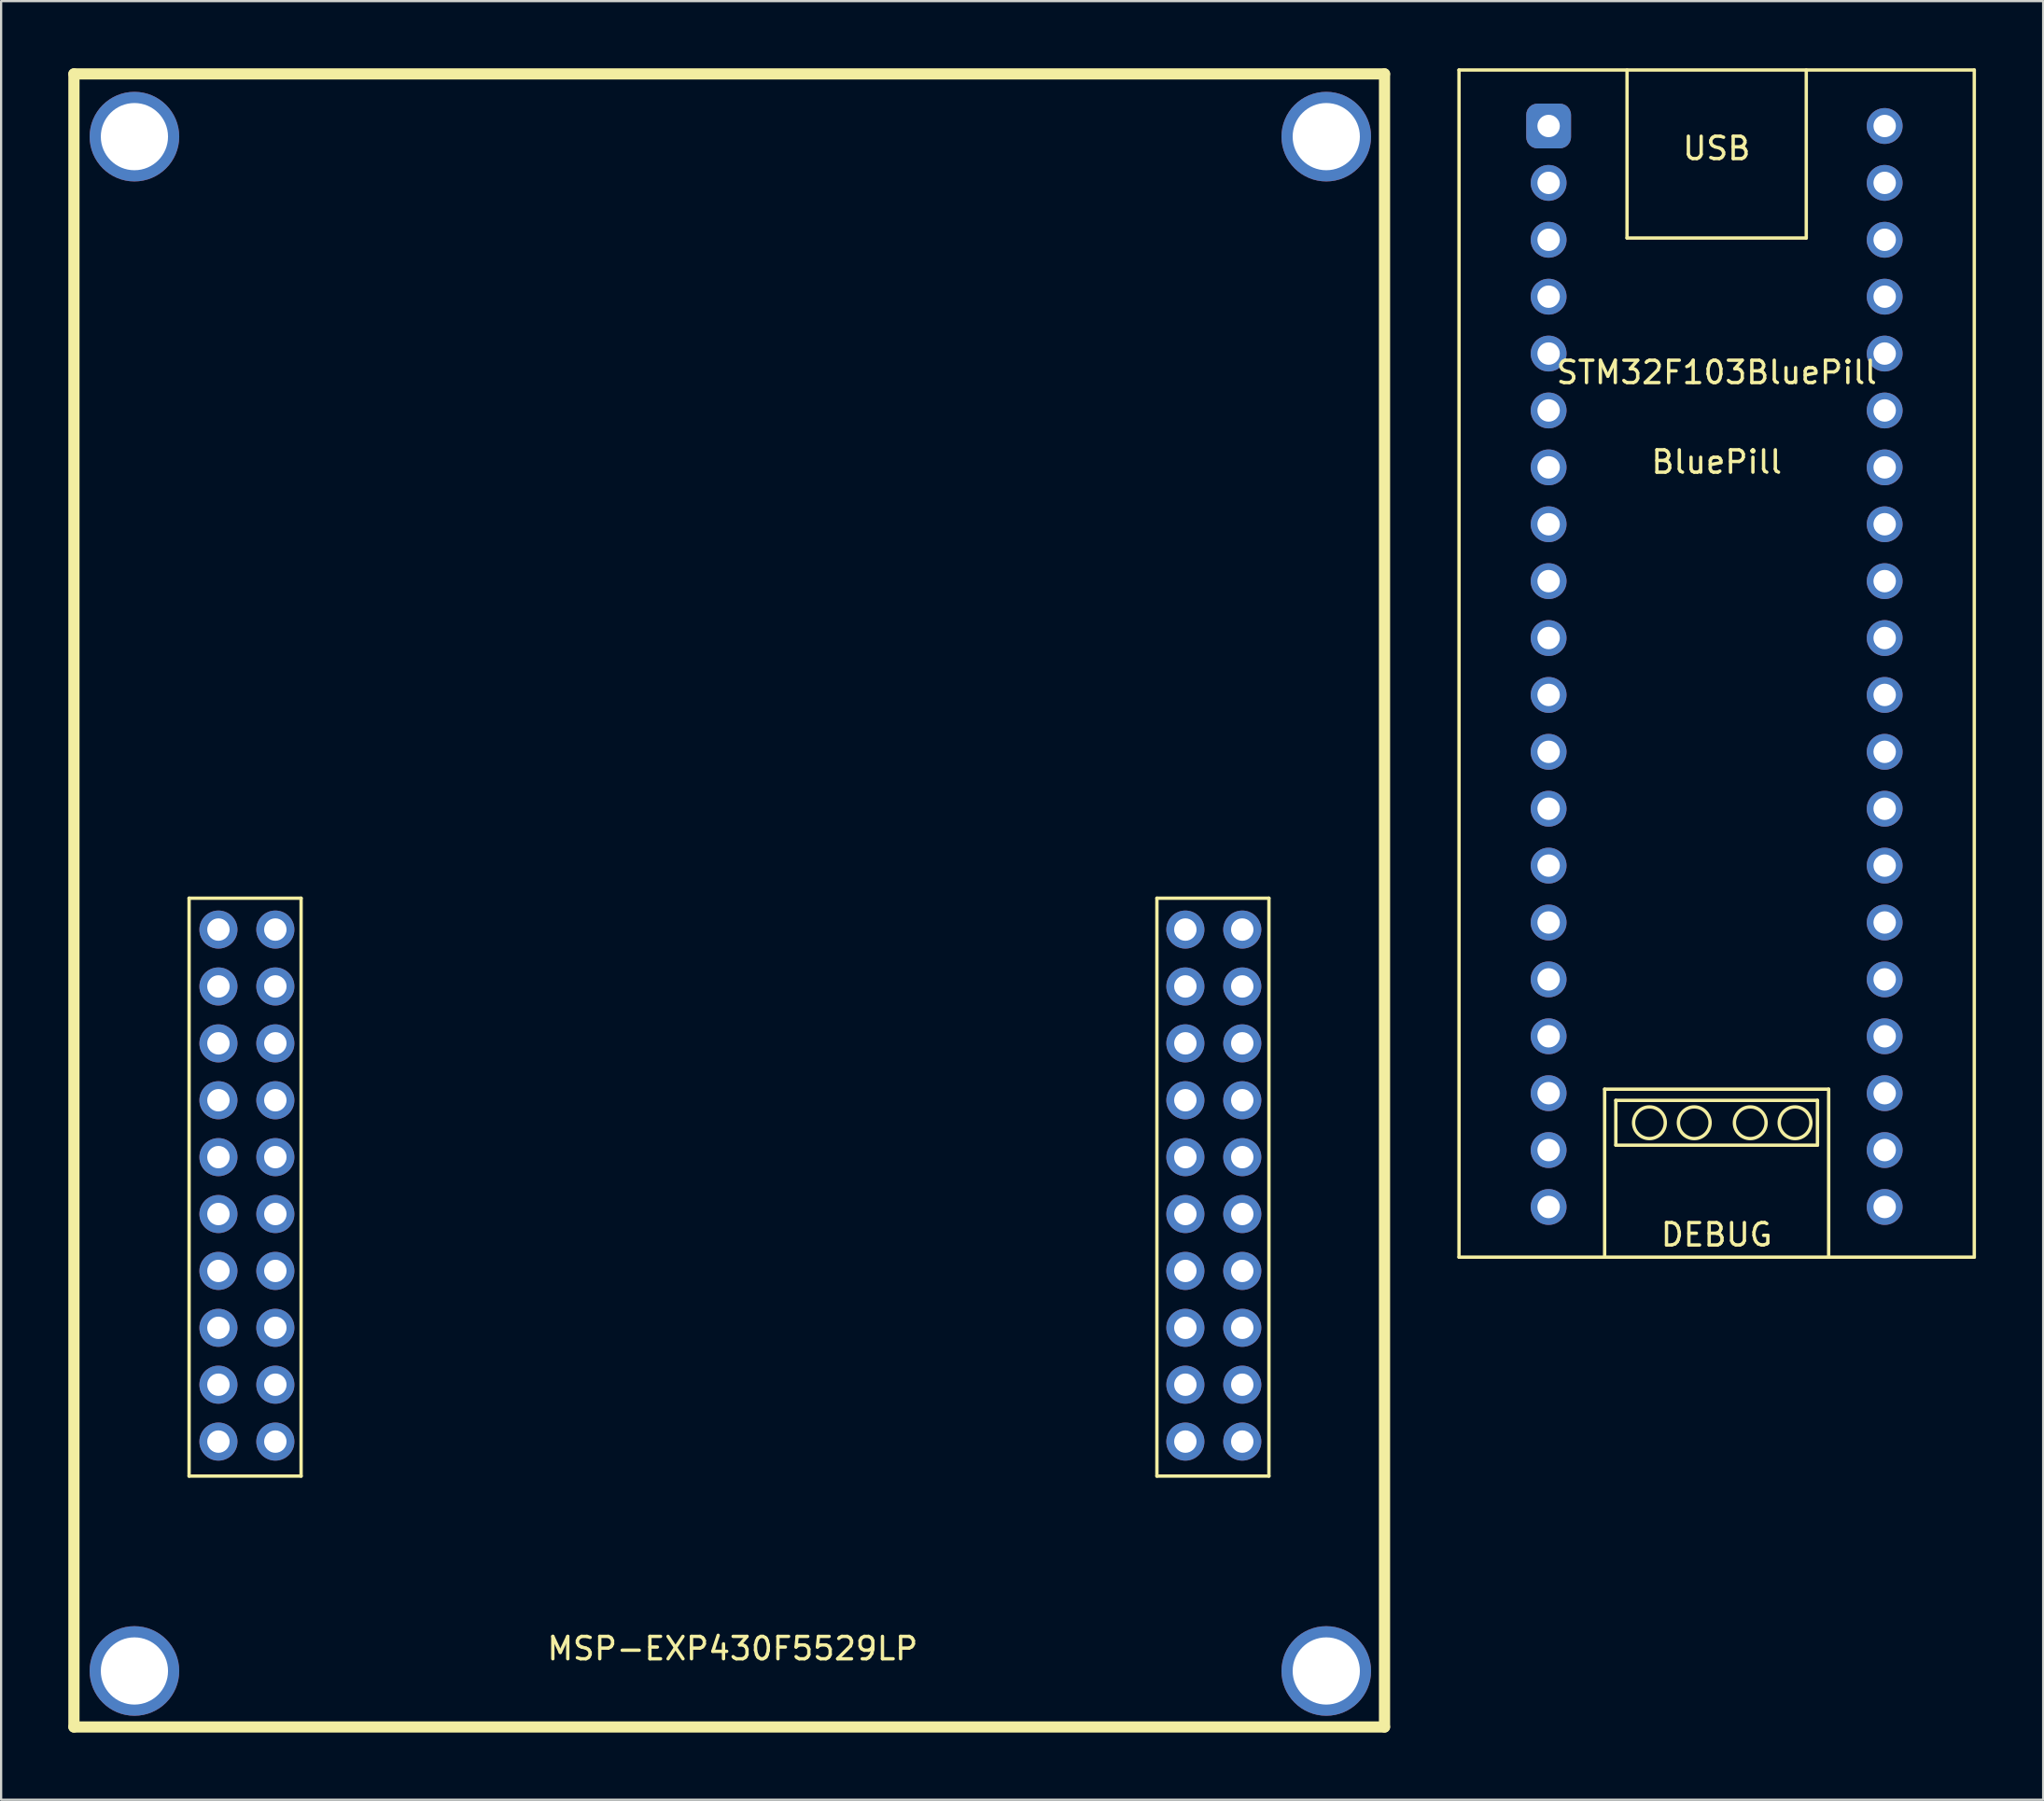
<source format=kicad_pcb>
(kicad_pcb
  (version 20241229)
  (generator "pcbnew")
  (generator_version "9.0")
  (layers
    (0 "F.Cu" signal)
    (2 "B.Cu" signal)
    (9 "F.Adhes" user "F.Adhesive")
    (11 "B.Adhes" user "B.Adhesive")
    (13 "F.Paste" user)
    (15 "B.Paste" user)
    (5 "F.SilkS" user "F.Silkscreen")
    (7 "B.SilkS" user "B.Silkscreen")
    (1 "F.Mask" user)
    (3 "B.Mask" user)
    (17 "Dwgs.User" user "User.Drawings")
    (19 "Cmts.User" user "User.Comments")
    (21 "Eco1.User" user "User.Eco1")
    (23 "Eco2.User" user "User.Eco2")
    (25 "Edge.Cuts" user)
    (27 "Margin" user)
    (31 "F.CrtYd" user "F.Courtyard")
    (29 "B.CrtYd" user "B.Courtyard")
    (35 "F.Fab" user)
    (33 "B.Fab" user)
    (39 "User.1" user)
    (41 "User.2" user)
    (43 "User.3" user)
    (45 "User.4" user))
  (footprint "MSP-EXP430F5529LP"
    (layer "F.Cu")
    (at 29.55 37.05)
    (property "Reference" "MSP-EXP430F5529LP" (at 0.1 33.5 0) (layer "F.SilkS") (effects (font (size 1 1) (thickness 0.15))))
    (attr through_hole)
    (fp_line (start -29.3 37) (end -29.3 -36.8) (stroke (width 0.5) (type solid)) (layer "F.SilkS"))
    (fp_line (start -29.3 37) (end 29.2 37) (stroke (width 0.5) (type solid)) (layer "F.SilkS"))
    (fp_line (start -24.16 0) (end -19.16 0) (stroke (width 0.15) (type solid)) (layer "F.SilkS"))
    (fp_line (start -24.16 25.8) (end -24.16 0) (stroke (width 0.15) (type solid)) (layer "F.SilkS"))
    (fp_line (start -19.16 0) (end -19.16 25.8) (stroke (width 0.15) (type solid)) (layer "F.SilkS"))
    (fp_line (start -19.16 25.8) (end -24.16 25.8) (stroke (width 0.15) (type solid)) (layer "F.SilkS"))
    (fp_line (start 19.04 0) (end 24.04 0) (stroke (width 0.15) (type solid)) (layer "F.SilkS"))
    (fp_line (start 19.04 25.8) (end 19.04 0) (stroke (width 0.15) (type solid)) (layer "F.SilkS"))
    (fp_line (start 24.04 0) (end 24.04 25.8) (stroke (width 0.15) (type solid)) (layer "F.SilkS"))
    (fp_line (start 24.04 25.8) (end 19.04 25.8) (stroke (width 0.15) (type solid)) (layer "F.SilkS"))
    (fp_line (start 29.2 -36.8) (end -29.3 -36.8) (stroke (width 0.5) (type solid)) (layer "F.SilkS"))
    (fp_line (start 29.2 37) (end 29.2 -36.8) (stroke (width 0.5) (type solid)) (layer "F.SilkS"))
    (pad "" thru_hole circle (at -26.6 -34) (size 4 4) (drill 3) (layers "*.Cu" "*.Mask"))
    (pad "" thru_hole circle (at -26.6 34.5) (size 4 4) (drill 3) (layers "*.Cu" "*.Mask"))
    (pad "" thru_hole circle (at 26.6 -34) (size 4 4) (drill 3) (layers "*.Cu" "*.Mask"))
    (pad "" thru_hole circle (at 26.6 34.5) (size 4 4) (drill 3) (layers "*.Cu" "*.Mask"))
    (pad "1" thru_hole circle (at -22.85 1.4) (size 1.7 1.7) (drill 1) (layers "*.Cu" "*.Mask"))
    (pad "2" thru_hole circle (at -22.85 3.94) (size 1.7 1.7) (drill 1) (layers "*.Cu" "*.Mask"))
    (pad "3" thru_hole circle (at -22.85 6.48) (size 1.7 1.7) (drill 1) (layers "*.Cu" "*.Mask"))
    (pad "4" thru_hole circle (at -22.85 9.02) (size 1.7 1.7) (drill 1) (layers "*.Cu" "*.Mask"))
    (pad "5" thru_hole circle (at -22.85 11.56) (size 1.7 1.7) (drill 1) (layers "*.Cu" "*.Mask"))
    (pad "6" thru_hole circle (at -22.85 14.1) (size 1.7 1.7) (drill 1) (layers "*.Cu" "*.Mask"))
    (pad "7" thru_hole circle (at -22.85 16.64) (size 1.7 1.7) (drill 1) (layers "*.Cu" "*.Mask"))
    (pad "8" thru_hole circle (at -22.85 19.18) (size 1.7 1.7) (drill 1) (layers "*.Cu" "*.Mask"))
    (pad "9" thru_hole circle (at -22.85 21.72) (size 1.7 1.7) (drill 1) (layers "*.Cu" "*.Mask"))
    (pad "10" thru_hole circle (at -22.85 24.26) (size 1.7 1.7) (drill 1) (layers "*.Cu" "*.Mask"))
    (pad "11" thru_hole circle (at -20.31 24.26) (size 1.7 1.7) (drill 1) (layers "*.Cu" "*.Mask"))
    (pad "12" thru_hole circle (at -20.31 21.72) (size 1.7 1.7) (drill 1) (layers "*.Cu" "*.Mask"))
    (pad "13" thru_hole circle (at -20.31 19.18) (size 1.7 1.7) (drill 1) (layers "*.Cu" "*.Mask"))
    (pad "14" thru_hole circle (at -20.31 16.64) (size 1.7 1.7) (drill 1) (layers "*.Cu" "*.Mask"))
    (pad "15" thru_hole circle (at -20.31 14.1) (size 1.7 1.7) (drill 1) (layers "*.Cu" "*.Mask"))
    (pad "16" thru_hole circle (at -20.31 11.56) (size 1.7 1.7) (drill 1) (layers "*.Cu" "*.Mask"))
    (pad "17" thru_hole circle (at -20.31 9.02) (size 1.7 1.7) (drill 1) (layers "*.Cu" "*.Mask"))
    (pad "18" thru_hole circle (at -20.31 6.48) (size 1.7 1.7) (drill 1) (layers "*.Cu" "*.Mask"))
    (pad "19" thru_hole circle (at -20.31 3.94) (size 1.7 1.7) (drill 1) (layers "*.Cu" "*.Mask"))
    (pad "20" thru_hole circle (at -20.31 1.4) (size 1.7 1.7) (drill 1) (layers "*.Cu" "*.Mask"))
    (pad "21" thru_hole circle (at 20.31 1.4) (size 1.7 1.7) (drill 1) (layers "*.Cu" "*.Mask"))
    (pad "22" thru_hole circle (at 20.31 3.94) (size 1.7 1.7) (drill 1) (layers "*.Cu" "*.Mask"))
    (pad "23" thru_hole circle (at 20.31 6.48) (size 1.7 1.7) (drill 1) (layers "*.Cu" "*.Mask"))
    (pad "24" thru_hole circle (at 20.31 9.02) (size 1.7 1.7) (drill 1) (layers "*.Cu" "*.Mask"))
    (pad "25" thru_hole circle (at 20.31 11.56) (size 1.7 1.7) (drill 1) (layers "*.Cu" "*.Mask"))
    (pad "26" thru_hole circle (at 20.31 14.1) (size 1.7 1.7) (drill 1) (layers "*.Cu" "*.Mask"))
    (pad "27" thru_hole circle (at 20.31 16.64) (size 1.7 1.7) (drill 1) (layers "*.Cu" "*.Mask"))
    (pad "28" thru_hole circle (at 20.31 19.18) (size 1.7 1.7) (drill 1) (layers "*.Cu" "*.Mask"))
    (pad "29" thru_hole circle (at 20.31 21.72) (size 1.7 1.7) (drill 1) (layers "*.Cu" "*.Mask"))
    (pad "30" thru_hole circle (at 20.31 24.26) (size 1.7 1.7) (drill 1) (layers "*.Cu" "*.Mask"))
    (pad "31" thru_hole circle (at 22.85 24.26) (size 1.7 1.7) (drill 1) (layers "*.Cu" "*.Mask"))
    (pad "32" thru_hole circle (at 22.85 21.72) (size 1.7 1.7) (drill 1) (layers "*.Cu" "*.Mask"))
    (pad "33" thru_hole circle (at 22.85 19.18) (size 1.7 1.7) (drill 1) (layers "*.Cu" "*.Mask"))
    (pad "34" thru_hole circle (at 22.85 16.64) (size 1.7 1.7) (drill 1) (layers "*.Cu" "*.Mask"))
    (pad "35" thru_hole circle (at 22.85 14.1) (size 1.7 1.7) (drill 1) (layers "*.Cu" "*.Mask"))
    (pad "36" thru_hole circle (at 22.85 11.56) (size 1.7 1.7) (drill 1) (layers "*.Cu" "*.Mask"))
    (pad "37" thru_hole circle (at 22.85 9.02) (size 1.7 1.7) (drill 1) (layers "*.Cu" "*.Mask"))
    (pad "38" thru_hole circle (at 22.85 6.48) (size 1.7 1.7) (drill 1) (layers "*.Cu" "*.Mask"))
    (pad "39" thru_hole circle (at 22.85 3.94) (size 1.7 1.7) (drill 1) (layers "*.Cu" "*.Mask"))
    (pad "40" thru_hole circle (at 22.85 1.4) (size 1.7 1.7) (drill 1) (layers "*.Cu" "*.Mask")))
  (footprint "STM32F103BluePill"
    (layer "F.Cu")
    (at 73.575 26.575)
    (property "Reference" "STM32F103BluePill" (at 0 -13 0) (layer "F.SilkS") (effects (font (size 1 1) (thickness 0.15))))
    (attr through_hole)
    (fp_line (start -11.5 -26.5) (end -11.5 26.5) (stroke (width 0.15) (type solid)) (layer "F.SilkS"))
    (fp_line (start -11.5 26.5) (end 11.5 26.5) (stroke (width 0.15) (type solid)) (layer "F.SilkS"))
    (fp_line (start -5 19) (end 5 19) (stroke (width 0.15) (type solid)) (layer "F.SilkS"))
    (fp_line (start -5 26.5) (end -5 19) (stroke (width 0.15) (type solid)) (layer "F.SilkS"))
    (fp_line (start -4.5 19.5) (end -4.5 21.5) (stroke (width 0.15) (type solid)) (layer "F.SilkS"))
    (fp_line (start -4.5 21.5) (end 4.5 21.5) (stroke (width 0.15) (type solid)) (layer "F.SilkS"))
    (fp_line (start -4 -26.5) (end -4 -19) (stroke (width 0.15) (type solid)) (layer "F.SilkS"))
    (fp_line (start -4 -19) (end 4 -19) (stroke (width 0.15) (type solid)) (layer "F.SilkS"))
    (fp_line (start 4 -19) (end 4 -26.5) (stroke (width 0.15) (type solid)) (layer "F.SilkS"))
    (fp_line (start 4.5 19.5) (end -4.5 19.5) (stroke (width 0.15) (type solid)) (layer "F.SilkS"))
    (fp_line (start 4.5 21.5) (end 4.5 19.5) (stroke (width 0.15) (type solid)) (layer "F.SilkS"))
    (fp_line (start 5 19) (end 5 26.5) (stroke (width 0.15) (type solid)) (layer "F.SilkS"))
    (fp_line (start 11.5 -26.5) (end -11.5 -26.5) (stroke (width 0.15) (type solid)) (layer "F.SilkS"))
    (fp_line (start 11.5 26.5) (end 11.5 -26.5) (stroke (width 0.15) (type solid)) (layer "F.SilkS"))
    (fp_circle (center -3 20.5) (end -2.5 20) (stroke (width 0.15) (type solid)) (fill no) (layer "F.SilkS"))
    (fp_circle (center -1 20.5) (end -0.5 20) (stroke (width 0.15) (type solid)) (fill no) (layer "F.SilkS"))
    (fp_circle (center 1.5 20.5) (end 2 20) (stroke (width 0.15) (type solid)) (fill no) (layer "F.SilkS"))
    (fp_circle (center 3.5 20.5) (end 4 20) (stroke (width 0.15) (type solid)) (fill no) (layer "F.SilkS"))
    (fp_text user "BluePill" (at 0 -9 0) (layer "F.SilkS") (effects (font (size 1 1) (thickness 0.15))))
    (fp_text user "DEBUG" (at 0 25.5 0) (layer "F.SilkS") (effects (font (size 1 1) (thickness 0.15))))
    (fp_text user "USB" (at 0 -23 0) (layer "F.SilkS") (effects (font (size 1 1) (thickness 0.15))))
    (pad "1" thru_hole roundrect (at -7.5 -24) (size 2 2) (drill 1) (layers "*.Cu" "*.Mask") (roundrect_rratio 0.25))
    (pad "2" thru_hole circle (at -7.5 -21.46) (size 1.6 1.6) (drill 1) (layers "*.Cu" "*.Mask"))
    (pad "3" thru_hole circle (at -7.5 -18.92) (size 1.6 1.6) (drill 1) (layers "*.Cu" "*.Mask"))
    (pad "4" thru_hole circle (at -7.5 -16.38) (size 1.6 1.6) (drill 1) (layers "*.Cu" "*.Mask"))
    (pad "5" thru_hole circle (at -7.5 -13.84) (size 1.6 1.6) (drill 1) (layers "*.Cu" "*.Mask"))
    (pad "6" thru_hole circle (at -7.5 -11.3) (size 1.6 1.6) (drill 1) (layers "*.Cu" "*.Mask"))
    (pad "7" thru_hole circle (at -7.5 -8.76) (size 1.6 1.6) (drill 1) (layers "*.Cu" "*.Mask"))
    (pad "8" thru_hole circle (at -7.5 -6.22) (size 1.6 1.6) (drill 1) (layers "*.Cu" "*.Mask"))
    (pad "9" thru_hole circle (at -7.5 -3.68) (size 1.6 1.6) (drill 1) (layers "*.Cu" "*.Mask"))
    (pad "10" thru_hole circle (at -7.5 -1.14) (size 1.6 1.6) (drill 1) (layers "*.Cu" "*.Mask"))
    (pad "11" thru_hole circle (at -7.5 1.4) (size 1.6 1.6) (drill 1) (layers "*.Cu" "*.Mask"))
    (pad "12" thru_hole circle (at -7.5 3.94) (size 1.6 1.6) (drill 1) (layers "*.Cu" "*.Mask"))
    (pad "13" thru_hole circle (at -7.5 6.48) (size 1.6 1.6) (drill 1) (layers "*.Cu" "*.Mask"))
    (pad "14" thru_hole circle (at -7.5 9.02) (size 1.6 1.6) (drill 1) (layers "*.Cu" "*.Mask"))
    (pad "15" thru_hole circle (at -7.5 11.56) (size 1.6 1.6) (drill 1) (layers "*.Cu" "*.Mask"))
    (pad "16" thru_hole circle (at -7.5 14.1) (size 1.6 1.6) (drill 1) (layers "*.Cu" "*.Mask"))
    (pad "17" thru_hole circle (at -7.5 16.64) (size 1.6 1.6) (drill 1) (layers "*.Cu" "*.Mask"))
    (pad "18" thru_hole circle (at -7.5 19.18) (size 1.6 1.6) (drill 1) (layers "*.Cu" "*.Mask"))
    (pad "19" thru_hole circle (at -7.5 21.72) (size 1.6 1.6) (drill 1) (layers "*.Cu" "*.Mask"))
    (pad "20" thru_hole circle (at -7.5 24.26) (size 1.6 1.6) (drill 1) (layers "*.Cu" "*.Mask"))
    (pad "21" thru_hole circle (at 7.5 24.26) (size 1.6 1.6) (drill 1) (layers "*.Cu" "*.Mask"))
    (pad "22" thru_hole circle (at 7.5 21.72) (size 1.6 1.6) (drill 1) (layers "*.Cu" "*.Mask"))
    (pad "23" thru_hole circle (at 7.5 19.18) (size 1.6 1.6) (drill 1) (layers "*.Cu" "*.Mask"))
    (pad "24" thru_hole circle (at 7.5 16.64) (size 1.6 1.6) (drill 1) (layers "*.Cu" "*.Mask"))
    (pad "25" thru_hole circle (at 7.5 14.1) (size 1.6 1.6) (drill 1) (layers "*.Cu" "*.Mask"))
    (pad "26" thru_hole circle (at 7.5 11.56) (size 1.6 1.6) (drill 1) (layers "*.Cu" "*.Mask"))
    (pad "27" thru_hole circle (at 7.5 9.02) (size 1.6 1.6) (drill 1) (layers "*.Cu" "*.Mask"))
    (pad "28" thru_hole circle (at 7.5 6.48) (size 1.6 1.6) (drill 1) (layers "*.Cu" "*.Mask"))
    (pad "29" thru_hole circle (at 7.5 3.94) (size 1.6 1.6) (drill 1) (layers "*.Cu" "*.Mask"))
    (pad "30" thru_hole circle (at 7.5 1.4) (size 1.6 1.6) (drill 1) (layers "*.Cu" "*.Mask"))
    (pad "31" thru_hole circle (at 7.5 -1.14) (size 1.6 1.6) (drill 1) (layers "*.Cu" "*.Mask"))
    (pad "32" thru_hole circle (at 7.5 -3.68) (size 1.6 1.6) (drill 1) (layers "*.Cu" "*.Mask"))
    (pad "33" thru_hole circle (at 7.5 -6.22) (size 1.6 1.6) (drill 1) (layers "*.Cu" "*.Mask"))
    (pad "34" thru_hole circle (at 7.5 -8.76) (size 1.6 1.6) (drill 1) (layers "*.Cu" "*.Mask"))
    (pad "35" thru_hole circle (at 7.5 -11.3) (size 1.6 1.6) (drill 1) (layers "*.Cu" "*.Mask"))
    (pad "36" thru_hole circle (at 7.5 -13.84) (size 1.6 1.6) (drill 1) (layers "*.Cu" "*.Mask"))
    (pad "37" thru_hole circle (at 7.5 -16.38) (size 1.6 1.6) (drill 1) (layers "*.Cu" "*.Mask"))
    (pad "38" thru_hole circle (at 7.5 -18.92) (size 1.6 1.6) (drill 1) (layers "*.Cu" "*.Mask"))
    (pad "39" thru_hole circle (at 7.5 -21.46) (size 1.6 1.6) (drill 1) (layers "*.Cu" "*.Mask"))
    (pad "40" thru_hole circle (at 7.5 -24) (size 1.6 1.6) (drill 1) (layers "*.Cu" "*.Mask")))
  (gr_rect
    (start -3 -3)
    (end 88.15 77.3)
    (stroke (width 0.1) (type default))
    (fill no)
    (layer "Edge.Cuts")))
</source>
